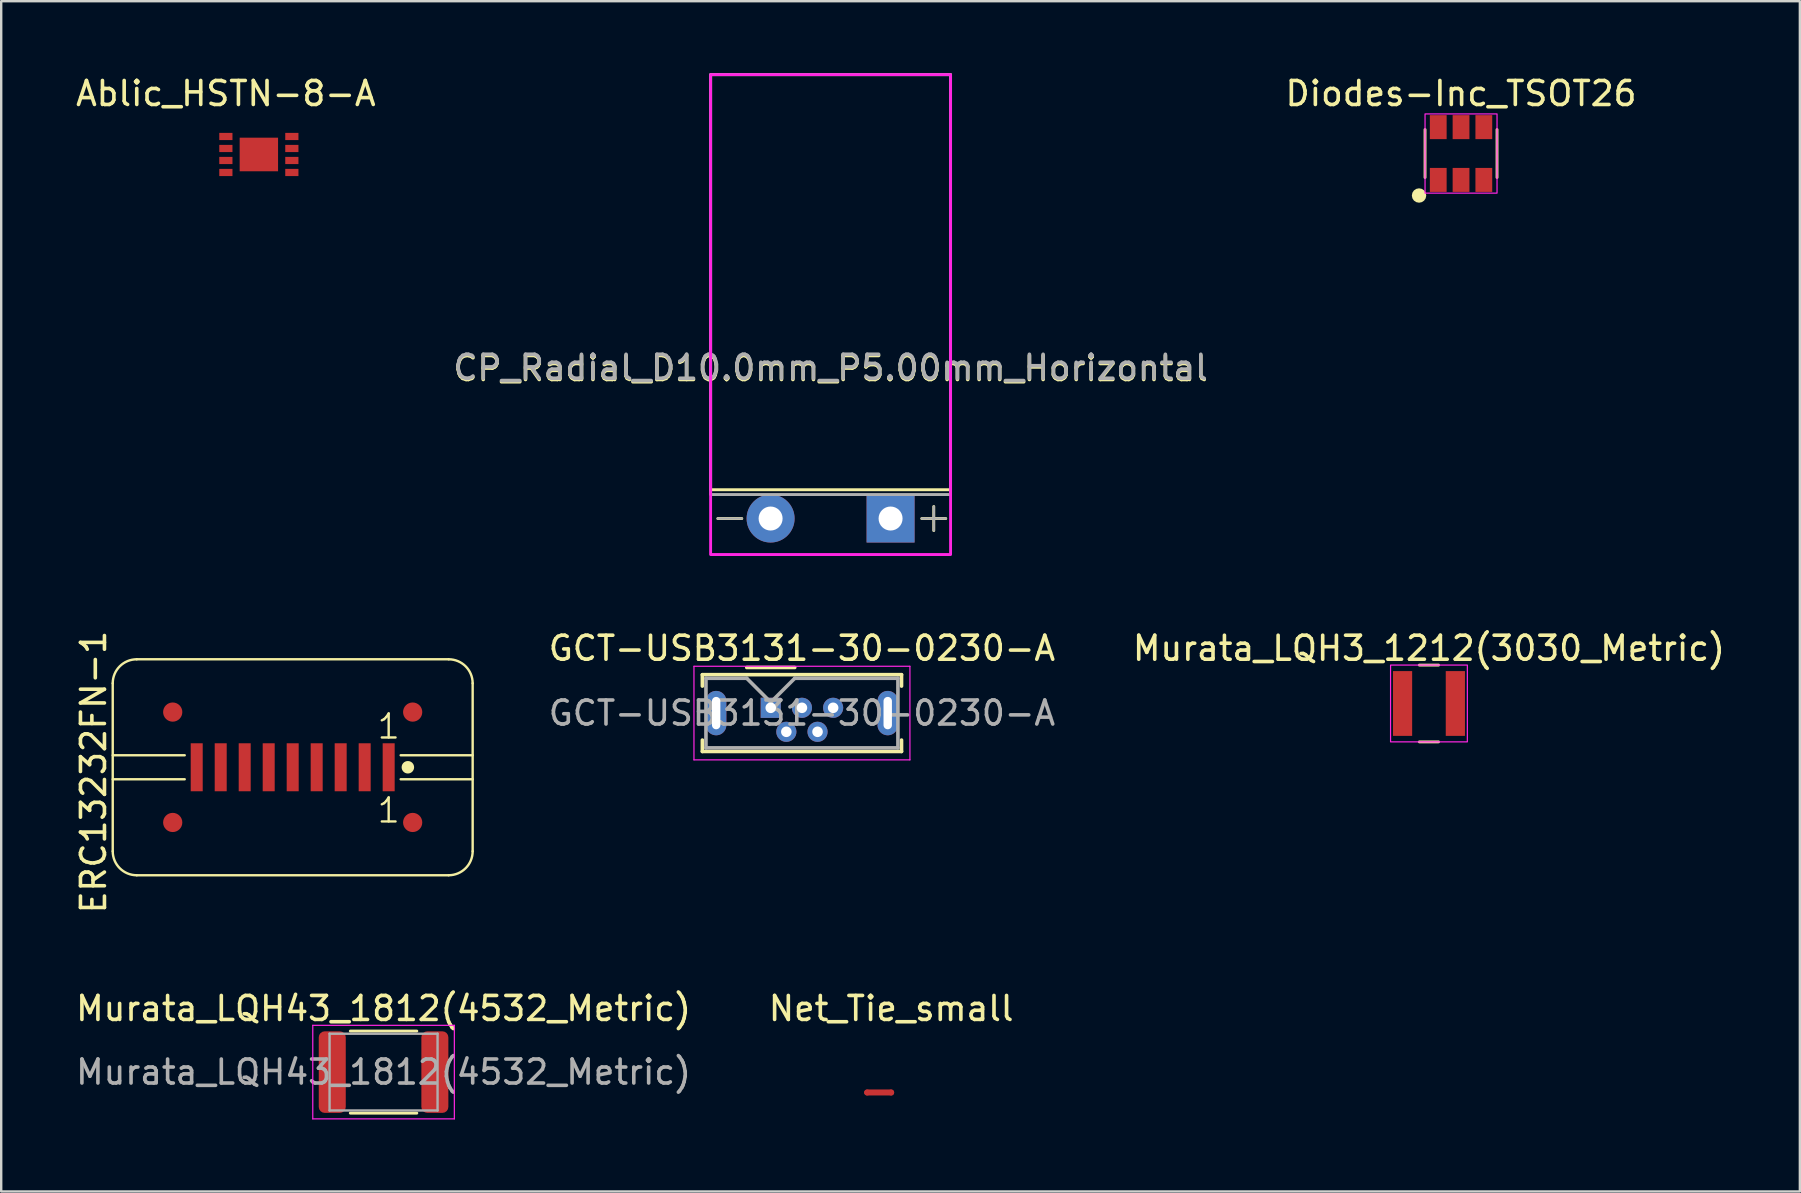
<source format=kicad_pcb>
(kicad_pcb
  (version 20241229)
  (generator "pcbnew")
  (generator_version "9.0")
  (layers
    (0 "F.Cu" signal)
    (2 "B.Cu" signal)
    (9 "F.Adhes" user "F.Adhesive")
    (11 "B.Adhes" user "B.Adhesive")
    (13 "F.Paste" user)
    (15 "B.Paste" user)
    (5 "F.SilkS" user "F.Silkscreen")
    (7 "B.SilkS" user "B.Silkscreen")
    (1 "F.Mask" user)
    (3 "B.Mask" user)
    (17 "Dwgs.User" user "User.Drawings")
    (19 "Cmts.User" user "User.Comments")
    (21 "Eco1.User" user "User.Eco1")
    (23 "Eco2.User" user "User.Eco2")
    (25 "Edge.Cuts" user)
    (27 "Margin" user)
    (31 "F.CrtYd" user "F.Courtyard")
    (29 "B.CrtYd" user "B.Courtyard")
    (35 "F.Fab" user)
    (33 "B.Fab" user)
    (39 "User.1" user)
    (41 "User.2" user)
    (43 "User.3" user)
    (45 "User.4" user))
  (footprint "GCT-USB3131-30-0230-A"
    (layer "F.Cu")
    (at 29.071 26.448)
    (property "Reference" "GCT-USB3131-30-0230-A" (at 1.3 -2.48 0) (layer "F.SilkS") (effects (font (size 1 1) (thickness 0.15))))
    (attr through_hole)
    (fp_line (start -2.85 -1.38) (end 5.45 -1.38) (stroke (width 0.15) (type solid)) (layer "F.SilkS"))
    (fp_line (start -2.85 -0.905) (end -2.85 -1.38) (stroke (width 0.15) (type solid)) (layer "F.SilkS"))
    (fp_line (start -2.85 1.345) (end -2.85 1.82) (stroke (width 0.15) (type solid)) (layer "F.SilkS"))
    (fp_line (start -2.85 1.82) (end 5.45 1.82) (stroke (width 0.15) (type solid)) (layer "F.SilkS"))
    (fp_line (start -1 -1.68) (end 1 -1.68) (stroke (width 0.15) (type solid)) (layer "F.SilkS"))
    (fp_line (start 5.45 -1.38) (end 5.45 -0.905) (stroke (width 0.15) (type solid)) (layer "F.SilkS"))
    (fp_line (start 5.45 1.82) (end 5.45 1.345) (stroke (width 0.15) (type solid)) (layer "F.SilkS"))
    (fp_line (start -3.2 -1.73) (end -3.2 2.17) (stroke (width 0.05) (type solid)) (layer "F.CrtYd"))
    (fp_line (start -3.2 2.17) (end 5.8 2.17) (stroke (width 0.05) (type solid)) (layer "F.CrtYd"))
    (fp_line (start 5.8 -1.73) (end -3.2 -1.73) (stroke (width 0.05) (type solid)) (layer "F.CrtYd"))
    (fp_line (start 5.8 2.17) (end 5.8 -1.73) (stroke (width 0.05) (type solid)) (layer "F.CrtYd"))
    (fp_line (start -2.7 -1.23) (end -1 -1.23) (stroke (width 0.15) (type solid)) (layer "F.Fab"))
    (fp_line (start -2.7 1.67) (end -2.7 -1.23) (stroke (width 0.15) (type solid)) (layer "F.Fab"))
    (fp_line (start -1 -1.23) (end 0 -0.23) (stroke (width 0.15) (type solid)) (layer "F.Fab"))
    (fp_line (start 0 -0.23) (end 1 -1.23) (stroke (width 0.15) (type solid)) (layer "F.Fab"))
    (fp_line (start 1 -1.23) (end 5.3 -1.23) (stroke (width 0.15) (type solid)) (layer "F.Fab"))
    (fp_line (start 5.3 -1.23) (end 5.3 1.67) (stroke (width 0.15) (type solid)) (layer "F.Fab"))
    (fp_line (start 5.3 1.67) (end -2.7 1.67) (stroke (width 0.15) (type solid)) (layer "F.Fab"))
    (fp_text user "${REFERENCE}" (at 1.3 0.22 0) (layer "F.Fab") (effects (font (size 1 1) (thickness 0.15))))
    (pad "1" thru_hole rect (at 0 0) (size 0.84 0.84) (drill 0.44) (layers "*.Cu" "*.Mask"))
    (pad "2" thru_hole circle (at 0.65 1) (size 0.84 0.84) (drill 0.44) (layers "*.Cu" "*.Mask"))
    (pad "3" thru_hole circle (at 1.3 0) (size 0.84 0.84) (drill 0.44) (layers "*.Cu" "*.Mask"))
    (pad "4" thru_hole circle (at 1.95 1) (size 0.84 0.84) (drill 0.44) (layers "*.Cu" "*.Mask"))
    (pad "5" thru_hole circle (at 2.6 0) (size 0.84 0.84) (drill 0.44) (layers "*.Cu" "*.Mask"))
    (pad "6" thru_hole oval (at -2.275 0.22) (size 0.85 1.85) (drill oval 0.35 1.35) (layers "*.Cu" "*.Mask"))
    (pad "6" thru_hole oval (at 4.875 0.22) (size 0.85 1.85) (drill oval 0.35 1.35) (layers "*.Cu" "*.Mask")))
  (footprint "Diodes-Inc_TSOT26"
    (layer "F.Cu")
    (at 57.839 3.348)
    (property "Reference" "Diodes-Inc_TSOT26" (at 0 -2.5 0) (unlocked yes) (layer "F.SilkS") (effects (font (size 1 1) (thickness 0.15))))
    (attr smd)
    (fp_line (start -1.5 -1) (end -1.5 1) (stroke (width 0.12) (type solid)) (layer "F.SilkS"))
    (fp_line (start 1.5 -1) (end 1.5 1) (stroke (width 0.12) (type solid)) (layer "F.SilkS"))
    (fp_circle (center -1.75 1.75) (end -1.6 1.75) (stroke (width 0.3) (type solid)) (fill no) (layer "F.SilkS"))
    (fp_rect (start 1.5 -1.65) (end -1.5 1.65) (stroke (width 0.05) (type solid)) (fill no) (layer "F.CrtYd"))
    (pad "1" smd rect (at -0.95 1.1) (size 0.7 1) (layers "F.Cu" "F.Mask" "F.Paste"))
    (pad "2" smd rect (at 0 1.1) (size 0.7 1) (layers "F.Cu" "F.Mask" "F.Paste"))
    (pad "3" smd rect (at 0.95 1.1) (size 0.7 1) (layers "F.Cu" "F.Mask" "F.Paste"))
    (pad "4" smd rect (at 0.95 -1.1) (size 0.7 1) (layers "F.Cu" "F.Mask" "F.Paste"))
    (pad "5" smd rect (at 0 -1.1) (size 0.7 1) (layers "F.Cu" "F.Mask" "F.Paste"))
    (pad "6" smd rect (at -0.95 -1.1) (size 0.7 1) (layers "F.Cu" "F.Mask" "F.Paste")))
  (footprint "Ablic_HSTN-8-A"
    (layer "F.Cu")
    (at 7.738 3.388)
    (property "Reference" "Ablic_HSTN-8-A" (at -1.375 -2.54 0) (layer "F.SilkS") (effects (font (size 1 1) (thickness 0.15))))
    (attr through_hole)
    (pad "1" smd rect (at -1.375 -0.75 90) (size 0.3 0.55) (layers "F.Cu" "F.Mask" "F.Paste"))
    (pad "2" smd rect (at -1.375 -0.25 90) (size 0.3 0.55) (layers "F.Cu" "F.Mask" "F.Paste"))
    (pad "3" smd rect (at -1.375 0.25 90) (size 0.3 0.55) (layers "F.Cu" "F.Mask" "F.Paste"))
    (pad "4" smd rect (at -1.375 0.75 90) (size 0.3 0.55) (layers "F.Cu" "F.Mask" "F.Paste"))
    (pad "5" smd rect (at 1.375 0.75 90) (size 0.3 0.55) (layers "F.Cu" "F.Mask" "F.Paste"))
    (pad "6" smd rect (at 1.375 0.25 90) (size 0.3 0.55) (layers "F.Cu" "F.Mask" "F.Paste"))
    (pad "7" smd rect (at 1.375 -0.25 90) (size 0.3 0.55) (layers "F.Cu" "F.Mask" "F.Paste"))
    (pad "8" smd rect (at 1.375 -0.75 90) (size 0.3 0.55) (layers "F.Cu" "F.Mask" "F.Paste"))
    (pad "9" smd rect (at 0 0 90) (size 1.4 1.6) (layers "F.Cu" "F.Mask" "F.Paste")))
  (footprint "Murata_LQH3_1212(3030_Metric)"
    (layer "F.Cu")
    (at 56.502 26.268)
    (property "Reference" "Murata_LQH3_1212(3030_Metric)" (at 0 -2.3 0) (unlocked yes) (layer "F.SilkS") (effects (font (size 1 1) (thickness 0.15))))
    (attr smd)
    (fp_line (start -0.4 -1.6) (end 0.4 -1.6) (stroke (width 0.12) (type solid)) (layer "F.SilkS"))
    (fp_line (start 0.4 1.6) (end -0.4 1.6) (stroke (width 0.12) (type solid)) (layer "F.SilkS"))
    (fp_rect (start -1.6 -1.6) (end 1.6 1.6) (stroke (width 0.05) (type solid)) (fill no) (layer "F.CrtYd"))
    (pad "1" smd rect (at -1.1 0) (size 0.8 2.7) (layers "F.Cu" "F.Mask" "F.Paste"))
    (pad "2" smd rect (at 1.1 0) (size 0.8 2.7) (layers "F.Cu" "F.Mask" "F.Paste")))
  (footprint "ERC13232FN-1"
    (layer "F.Cu")
    (at 1.648 29.426)
    (property "Reference" "ERC13232FN-1" (at -0.8 -0.3 90) (unlocked yes) (layer "F.SilkS") (effects (font (size 1 1) (thickness 0.15))))
    (attr smd)
    (fp_circle (center 2.5 -2.8) (end 2.9 -2.8) (stroke (width 0) (type solid)) (fill yes) (layer "F.Cu"))
    (fp_circle (center 2.5 1.8) (end 2.9 1.8) (stroke (width 0) (type solid)) (fill yes) (layer "F.Cu"))
    (fp_circle (center 12.5 -2.8) (end 12.9 -2.8) (stroke (width 0) (type solid)) (fill yes) (layer "F.Cu"))
    (fp_circle (center 12.5 1.8) (end 12.9 1.8) (stroke (width 0) (type solid)) (fill yes) (layer "F.Cu"))
    (fp_circle (center 2.5 -2.8) (end 2.9 -2.8) (stroke (width 0) (type solid)) (fill yes) (layer "F.Mask"))
    (fp_circle (center 2.5 1.8) (end 2.9 1.8) (stroke (width 0) (type solid)) (fill yes) (layer "F.Mask"))
    (fp_circle (center 12.5 -2.8) (end 12.9 -2.8) (stroke (width 0) (type solid)) (fill yes) (layer "F.Mask"))
    (fp_circle (center 12.5 1.8) (end 12.9 1.8) (stroke (width 0) (type solid)) (fill yes) (layer "F.Mask"))
    (fp_line (start 0 -4) (end 0 3) (stroke (width 0.1) (type solid)) (layer "F.SilkS"))
    (fp_line (start 1 4) (end 14 4) (stroke (width 0.1) (type solid)) (layer "F.SilkS"))
    (fp_line (start 3 -1) (end 0 -1) (stroke (width 0.1) (type solid)) (layer "F.SilkS"))
    (fp_line (start 3 0) (end 0 0) (stroke (width 0.1) (type solid)) (layer "F.SilkS"))
    (fp_line (start 12 -1) (end 15 -1) (stroke (width 0.1) (type solid)) (layer "F.SilkS"))
    (fp_line (start 12 0) (end 15 0) (stroke (width 0.1) (type solid)) (layer "F.SilkS"))
    (fp_line (start 14 -5) (end 1 -5) (stroke (width 0.1) (type solid)) (layer "F.SilkS"))
    (fp_line (start 15 3) (end 15 -4) (stroke (width 0.1) (type solid)) (layer "F.SilkS"))
    (fp_arc (start 0 -4) (mid 0.292893 -4.707107) (end 1 -5) (stroke (width 0.1) (type solid)) (layer "F.SilkS"))
    (fp_arc (start 1 4) (mid 0.292893 3.707107) (end 0 3) (stroke (width 0.1) (type solid)) (layer "F.SilkS"))
    (fp_arc (start 14 -5) (mid 14.707107 -4.707107) (end 15 -4) (stroke (width 0.1) (type solid)) (layer "F.SilkS"))
    (fp_arc (start 15 3) (mid 14.707107 3.707107) (end 14 4) (stroke (width 0.1) (type solid)) (layer "F.SilkS"))
    (fp_circle (center 12.3 -0.5) (end 12.5 -0.5) (stroke (width 0.12) (type solid)) (fill yes) (layer "F.SilkS"))
    (fp_circle (center 2.5 -2.8) (end 2.9 -2.8) (stroke (width 0) (type solid)) (fill yes) (layer "F.Paste"))
    (fp_circle (center 2.5 1.8) (end 2.9 1.8) (stroke (width 0) (type solid)) (fill yes) (layer "F.Paste"))
    (fp_circle (center 12.5 -2.8) (end 12.9 -2.8) (stroke (width 0) (type solid)) (fill yes) (layer "F.Paste"))
    (fp_circle (center 12.5 1.8) (end 12.9 1.8) (stroke (width 0) (type solid)) (fill yes) (layer "F.Paste"))
    (fp_text user "1" (at 11.5 -2.2 0) (unlocked yes) (layer "F.SilkS") (effects (font (size 1 1) (thickness 0.1))))
    (fp_text user "1" (at 11.5 1.3 0) (unlocked yes) (layer "F.SilkS") (effects (font (size 1 1) (thickness 0.1))))
    (pad "1" smd rect (at 11.5 -0.5) (size 0.5 2) (layers "F.Cu" "F.Mask" "F.Paste"))
    (pad "2" smd rect (at 10.5 -0.5) (size 0.5 2) (layers "F.Cu" "F.Mask" "F.Paste"))
    (pad "3" smd rect (at 9.5 -0.5) (size 0.5 2) (layers "F.Cu" "F.Mask" "F.Paste"))
    (pad "4" smd rect (at 8.5 -0.5) (size 0.5 2) (layers "F.Cu" "F.Mask" "F.Paste"))
    (pad "5" smd rect (at 7.5 -0.5) (size 0.5 2) (layers "F.Cu" "F.Mask" "F.Paste"))
    (pad "6" smd rect (at 6.5 -0.5) (size 0.5 2) (layers "F.Cu" "F.Mask" "F.Paste"))
    (pad "7" smd rect (at 5.5 -0.5) (size 0.5 2) (layers "F.Cu" "F.Mask" "F.Paste"))
    (pad "8" smd rect (at 4.5 -0.5) (size 0.5 2) (layers "F.Cu" "F.Mask" "F.Paste"))
    (pad "9" smd rect (at 3.5 -0.5) (size 0.5 2) (layers "F.Cu" "F.Mask" "F.Paste")))
  (footprint "Murata_LQH43_1812(4532_Metric)"
    (layer "F.Cu")
    (at 12.935 41.63)
    (property "Reference" "Murata_LQH43_1812(4532_Metric)" (at 0 -2.65 0) (layer "F.SilkS") (effects (font (size 1 1) (thickness 0.15))))
    (attr smd)
    (fp_line (start -1.386 -1.71) (end 1.386 -1.71) (stroke (width 0.12) (type solid)) (layer "F.SilkS"))
    (fp_line (start -1.386 1.71) (end 1.386 1.71) (stroke (width 0.12) (type solid)) (layer "F.SilkS"))
    (fp_line (start -2.95 -1.95) (end 2.95 -1.95) (stroke (width 0.05) (type solid)) (layer "F.CrtYd"))
    (fp_line (start -2.95 1.95) (end -2.95 -1.95) (stroke (width 0.05) (type solid)) (layer "F.CrtYd"))
    (fp_line (start 2.95 -1.95) (end 2.95 1.95) (stroke (width 0.05) (type solid)) (layer "F.CrtYd"))
    (fp_line (start 2.95 1.95) (end -2.95 1.95) (stroke (width 0.05) (type solid)) (layer "F.CrtYd"))
    (fp_line (start -2.25 -1.6) (end 2.25 -1.6) (stroke (width 0.1) (type solid)) (layer "F.Fab"))
    (fp_line (start -2.25 1.6) (end -2.25 -1.6) (stroke (width 0.1) (type solid)) (layer "F.Fab"))
    (fp_line (start 2.25 -1.6) (end 2.25 1.6) (stroke (width 0.1) (type solid)) (layer "F.Fab"))
    (fp_line (start 2.25 1.6) (end -2.25 1.6) (stroke (width 0.1) (type solid)) (layer "F.Fab"))
    (fp_text user "${REFERENCE}" (at 0 0 0) (layer "F.Fab") (effects (font (size 1 1) (thickness 0.15))))
    (pad "1" smd roundrect (at -2.138 0) (size 1.125 3.4) (layers "F.Cu" "F.Mask" "F.Paste") (roundrect_rratio 0.222))
    (pad "2" smd roundrect (at 2.138 0) (size 1.125 3.4) (layers "F.Cu" "F.Mask" "F.Paste") (roundrect_rratio 0.222)))
  (footprint "Net_Tie_small"
    (layer "F.Cu")
    (at 34.089 39.48)
    (property "Reference" "Net_Tie_small" (at 0 -0.5 0) (unlocked yes) (layer "F.SilkS") (effects (font (size 1 1) (thickness 0.15))))
    (attr smd)
    (fp_line (start -1 3) (end 0 3) (stroke (width 0.25) (type solid)) (layer "F.Cu"))
    (pad "1" smd circle (at -1 3) (size 0.25 0.25) (layers "F.Cu" "F.Mask" "F.Paste"))
    (pad "2" smd circle (at 0 3) (size 0.25 0.25) (layers "F.Cu" "F.Mask" "F.Paste")))
  (footprint "CP_Radial_D10.0mm_P5.00mm_Horizontal"
    (layer "F.Cu")
    (at 29.065 18.56)
    (property "Reference" "CP_Radial_D10.0mm_P5.00mm_Horizontal" (at 2.5 -6.25 0) (layer "F.SilkS") (effects (font (size 1 1) (thickness 0.15))))
    (attr through_hole)
    (fp_line (start -1.2 0) (end -2.2 0) (stroke (width 0.12) (type solid)) (layer "F.SilkS"))
    (fp_line (start 6.8 0.5) (end 6.8 -0.5) (stroke (width 0.12) (type solid)) (layer "F.SilkS"))
    (fp_line (start 7.3 0) (end 6.3 0) (stroke (width 0.12) (type solid)) (layer "F.SilkS"))
    (fp_rect (start -2.5 -18.5) (end 7.5 -1.2) (stroke (width 0.12) (type solid)) (fill no) (layer "F.SilkS"))
    (fp_rect (start -2.5 -18.5) (end 7.5 1.5) (stroke (width 0.12) (type solid)) (fill no) (layer "F.CrtYd"))
    (fp_line (start -1.2 0) (end -2.2 0) (stroke (width 0.1) (type solid)) (layer "F.Fab"))
    (fp_line (start 6.8 0.5) (end 6.8 -0.5) (stroke (width 0.1) (type solid)) (layer "F.Fab"))
    (fp_line (start 7.3 0) (end 6.3 0) (stroke (width 0.1) (type solid)) (layer "F.Fab"))
    (fp_rect (start -2.5 -18.5) (end 7.5 -1) (stroke (width 0.12) (type solid)) (fill no) (layer "F.Fab"))
    (fp_text user "${REFERENCE}" (at 2.5 -6.3 0) (layer "F.Fab") (effects (font (size 1 1) (thickness 0.15))))
    (pad "1" thru_hole rect (at 5 0 180) (size 2 2) (drill 1) (layers "*.Cu" "*.Mask"))
    (pad "2" thru_hole circle (at 0 0 180) (size 2 2) (drill 1) (layers "*.Cu" "*.Mask")))
  (gr_rect
    (start -3 -3)
    (end 71.96 46.605)
    (stroke (width 0.1) (type default))
    (fill no)
    (layer "Edge.Cuts")))
</source>
